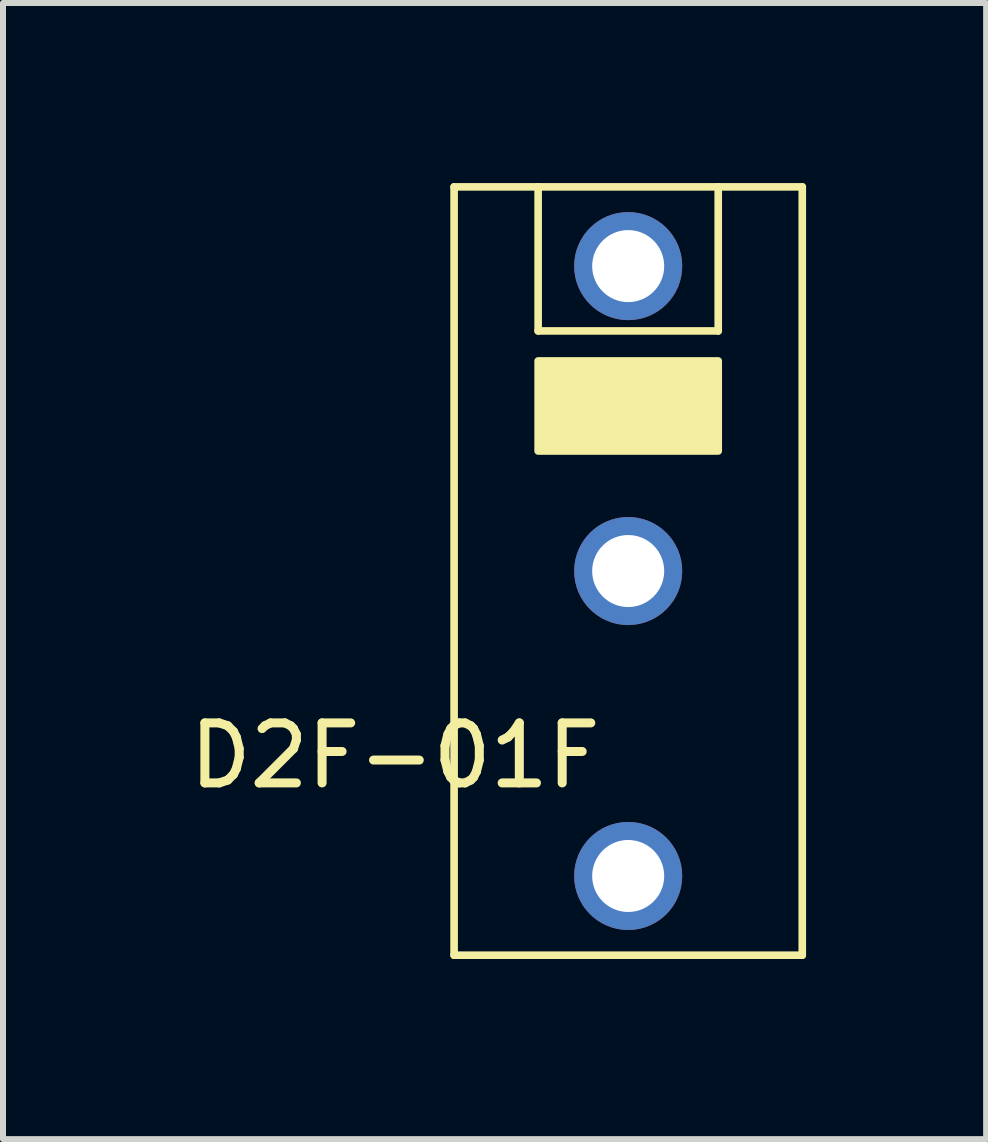
<source format=kicad_pcb>
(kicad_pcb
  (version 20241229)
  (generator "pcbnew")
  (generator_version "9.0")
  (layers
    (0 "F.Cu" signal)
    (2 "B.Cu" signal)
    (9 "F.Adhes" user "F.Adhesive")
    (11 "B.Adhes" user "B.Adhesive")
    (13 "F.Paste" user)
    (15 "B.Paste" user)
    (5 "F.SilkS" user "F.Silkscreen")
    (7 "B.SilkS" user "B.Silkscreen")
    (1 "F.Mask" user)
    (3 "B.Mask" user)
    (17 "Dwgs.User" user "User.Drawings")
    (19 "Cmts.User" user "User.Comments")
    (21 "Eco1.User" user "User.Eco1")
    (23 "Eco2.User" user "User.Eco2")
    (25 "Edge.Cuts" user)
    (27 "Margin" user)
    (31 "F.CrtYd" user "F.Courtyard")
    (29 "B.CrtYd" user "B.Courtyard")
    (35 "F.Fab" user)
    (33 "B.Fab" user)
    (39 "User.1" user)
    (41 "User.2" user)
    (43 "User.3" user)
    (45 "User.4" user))
  (footprint "D2F-01F"
    (layer "F.Cu")
    (at 7.415 6.463)
    (property "Reference" "D2F-01F" (at -3.885 3.075 180) (layer "F.SilkS") (effects (font (size 1 1) (thickness 0.15))))
    (attr through_hole)
    (fp_line (start -2.9 -6.4) (end -1.5 -6.4) (stroke (width 0.127) (type solid)) (layer "F.SilkS"))
    (fp_line (start -2.9 6.4) (end -2.9 -6.4) (stroke (width 0.127) (type solid)) (layer "F.SilkS"))
    (fp_line (start -1.5 -6.4) (end -1.5 -4) (stroke (width 0.127) (type solid)) (layer "F.SilkS"))
    (fp_line (start -1.5 -6.4) (end 1.5 -6.4) (stroke (width 0.127) (type solid)) (layer "F.SilkS"))
    (fp_line (start -1.5 -4) (end 1.5 -4) (stroke (width 0.127) (type solid)) (layer "F.SilkS"))
    (fp_line (start 1.5 -6.4) (end 2.9 -6.4) (stroke (width 0.127) (type solid)) (layer "F.SilkS"))
    (fp_line (start 1.5 -4) (end 1.5 -6.4) (stroke (width 0.127) (type solid)) (layer "F.SilkS"))
    (fp_line (start 2.9 -6.4) (end 2.9 6.4) (stroke (width 0.127) (type solid)) (layer "F.SilkS"))
    (fp_line (start 2.9 6.4) (end -2.9 6.4) (stroke (width 0.127) (type solid)) (layer "F.SilkS"))
    (fp_poly (pts (xy -1.5 -3.5) (xy 1.5 -3.5) (xy 1.5 -2) (xy -1.5 -2) (xy -1.5 -3)) (stroke (width 0.127) (type solid)) (fill yes) (layer "F.SilkS"))
    (pad "1" thru_hole circle (at 0 -5.08) (size 1.8 1.8) (drill 1.2) (layers "*.Cu" "*.Mask"))
    (pad "2" thru_hole circle (at 0 0) (size 1.8 1.8) (drill 1.2) (layers "*.Cu" "*.Mask"))
    (pad "3" thru_hole circle (at 0 5.08) (size 1.8 1.8) (drill 1.2) (layers "*.Cu" "*.Mask")))
  (gr_rect
    (start -3 -3)
    (end 13.378 15.927)
    (stroke (width 0.1) (type default))
    (fill no)
    (layer "Edge.Cuts")))
</source>
